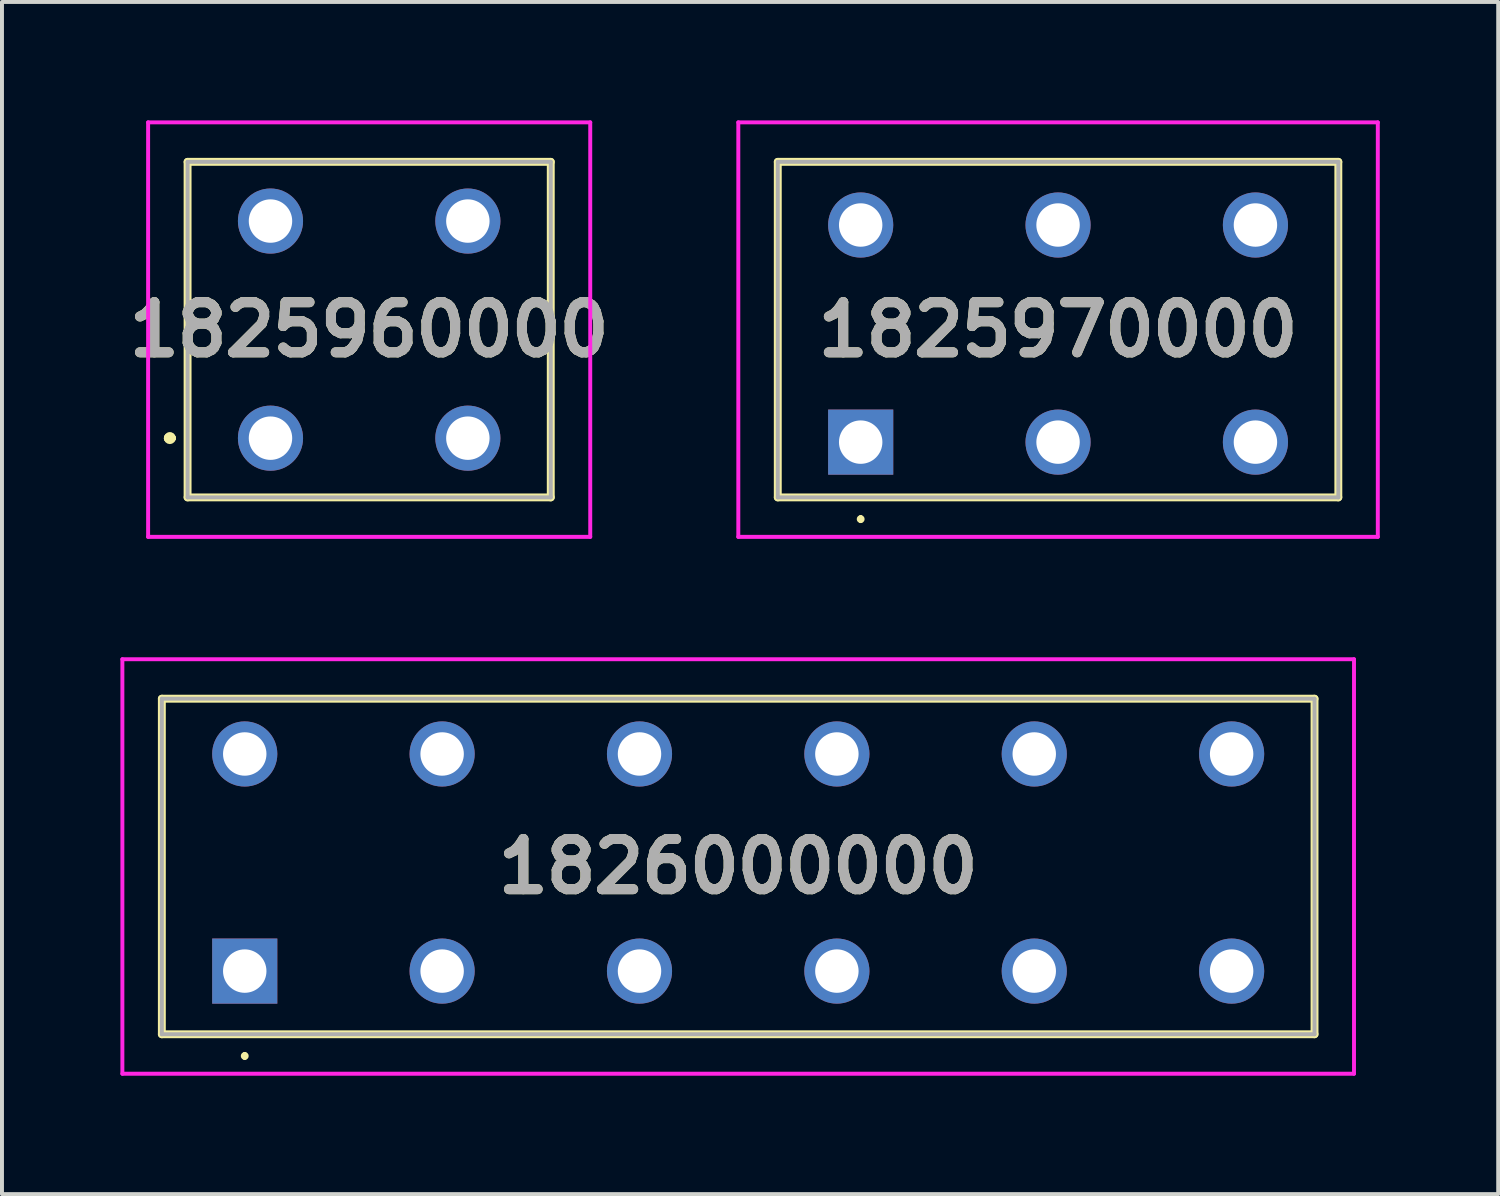
<source format=kicad_pcb>
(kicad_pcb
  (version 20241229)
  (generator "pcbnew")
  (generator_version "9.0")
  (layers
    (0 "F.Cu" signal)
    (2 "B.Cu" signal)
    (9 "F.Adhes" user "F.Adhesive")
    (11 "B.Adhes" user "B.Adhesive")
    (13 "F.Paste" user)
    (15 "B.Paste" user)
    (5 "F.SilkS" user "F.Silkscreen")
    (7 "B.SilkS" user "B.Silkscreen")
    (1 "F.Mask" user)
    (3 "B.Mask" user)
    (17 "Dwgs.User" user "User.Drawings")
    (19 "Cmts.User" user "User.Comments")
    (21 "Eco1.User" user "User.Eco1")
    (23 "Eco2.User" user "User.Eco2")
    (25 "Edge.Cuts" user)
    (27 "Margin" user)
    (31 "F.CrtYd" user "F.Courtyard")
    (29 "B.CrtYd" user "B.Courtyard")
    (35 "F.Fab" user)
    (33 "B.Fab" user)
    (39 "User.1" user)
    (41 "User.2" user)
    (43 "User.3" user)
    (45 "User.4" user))
  (footprint "1825960000"
    (layer "F.Cu")
    (at 3.802 8.05)
    (property "Reference" "1825960000" (at 2.5 -2.75 0) (layer "F.SilkS") (effects (font (size 1.27 1.27) (thickness 0.254))))
    (attr through_hole)
    (fp_line (start -2.6 0) (end -2.6 0) (stroke (width 0.2) (type solid)) (layer "F.SilkS"))
    (fp_line (start -2.5 0) (end -2.5 0) (stroke (width 0.2) (type solid)) (layer "F.SilkS"))
    (fp_line (start -2.5 0) (end -2.5 0) (stroke (width 0.2) (type solid)) (layer "F.SilkS"))
    (fp_line (start -2.1 -7) (end 7.1 -7) (stroke (width 0.2) (type solid)) (layer "F.SilkS"))
    (fp_line (start -2.1 1.5) (end -2.1 -7) (stroke (width 0.2) (type solid)) (layer "F.SilkS"))
    (fp_line (start 7.1 -7) (end 7.1 1.5) (stroke (width 0.2) (type solid)) (layer "F.SilkS"))
    (fp_line (start 7.1 1.5) (end -2.1 1.5) (stroke (width 0.2) (type solid)) (layer "F.SilkS"))
    (fp_arc (start -2.6 0) (mid -2.55 -0.05) (end -2.5 0) (stroke (width 0.2) (type solid)) (layer "F.SilkS"))
    (fp_arc (start -2.6 0) (mid -2.55 -0.05) (end -2.5 0) (stroke (width 0.2) (type solid)) (layer "F.SilkS"))
    (fp_arc (start -2.5 0) (mid -2.55 0.05) (end -2.6 0) (stroke (width 0.2) (type solid)) (layer "F.SilkS"))
    (fp_line (start -3.1 -8) (end 8.1 -8) (stroke (width 0.1) (type solid)) (layer "F.CrtYd"))
    (fp_line (start -3.1 2.5) (end -3.1 -8) (stroke (width 0.1) (type solid)) (layer "F.CrtYd"))
    (fp_line (start 8.1 -8) (end 8.1 2.5) (stroke (width 0.1) (type solid)) (layer "F.CrtYd"))
    (fp_line (start 8.1 2.5) (end -3.1 2.5) (stroke (width 0.1) (type solid)) (layer "F.CrtYd"))
    (fp_line (start -2.1 -7) (end 7.1 -7) (stroke (width 0.1) (type solid)) (layer "F.Fab"))
    (fp_line (start -2.1 1.5) (end -2.1 -7) (stroke (width 0.1) (type solid)) (layer "F.Fab"))
    (fp_line (start 7.1 -7) (end 7.1 1.5) (stroke (width 0.1) (type solid)) (layer "F.Fab"))
    (fp_line (start 7.1 1.5) (end -2.1 1.5) (stroke (width 0.1) (type solid)) (layer "F.Fab"))
    (fp_text user "${REFERENCE}" (at 2.5 -2.75 0) (layer "F.Fab") (effects (font (size 1.27 1.27) (thickness 0.254))))
    (pad "1" thru_hole circle (at 0 0) (size 1.65 1.65) (drill 1.1) (layers "*.Cu" "*.Mask"))
    (pad "2" thru_hole circle (at 5 0) (size 1.65 1.65) (drill 1.1) (layers "*.Cu" "*.Mask"))
    (pad "3" thru_hole circle (at 5 -5.5) (size 1.65 1.65) (drill 1.1) (layers "*.Cu" "*.Mask"))
    (pad "4" thru_hole circle (at 0 -5.5) (size 1.65 1.65) (drill 1.1) (layers "*.Cu" "*.Mask")))
  (footprint "1826000000"
    (layer "F.Cu")
    (at 3.15 21.55)
    (property "Reference" "1826000000" (at 12.5 -2.65 0) (layer "F.SilkS") (effects (font (size 1.27 1.27) (thickness 0.254))))
    (attr through_hole)
    (fp_line (start -2.1 -6.9) (end -2.1 1.6) (stroke (width 0.2) (type solid)) (layer "F.SilkS"))
    (fp_line (start -2.1 1.6) (end 27.1 1.6) (stroke (width 0.2) (type solid)) (layer "F.SilkS"))
    (fp_line (start 0 2.1) (end 0 2.1) (stroke (width 0.1) (type solid)) (layer "F.SilkS"))
    (fp_line (start 0 2.2) (end 0 2.2) (stroke (width 0.1) (type solid)) (layer "F.SilkS"))
    (fp_line (start 27.1 -6.9) (end -2.1 -6.9) (stroke (width 0.2) (type solid)) (layer "F.SilkS"))
    (fp_line (start 27.1 1.6) (end 27.1 -6.9) (stroke (width 0.2) (type solid)) (layer "F.SilkS"))
    (fp_arc (start 0 2.1) (mid 0.05 2.15) (end 0 2.2) (stroke (width 0.1) (type solid)) (layer "F.SilkS"))
    (fp_arc (start 0 2.2) (mid -0.05 2.15) (end 0 2.1) (stroke (width 0.1) (type solid)) (layer "F.SilkS"))
    (fp_line (start -3.1 -7.9) (end 28.1 -7.9) (stroke (width 0.1) (type solid)) (layer "F.CrtYd"))
    (fp_line (start -3.1 2.6) (end -3.1 -7.9) (stroke (width 0.1) (type solid)) (layer "F.CrtYd"))
    (fp_line (start 28.1 -7.9) (end 28.1 2.6) (stroke (width 0.1) (type solid)) (layer "F.CrtYd"))
    (fp_line (start 28.1 2.6) (end -3.1 2.6) (stroke (width 0.1) (type solid)) (layer "F.CrtYd"))
    (fp_line (start -2.1 -6.9) (end -2.1 1.6) (stroke (width 0.1) (type solid)) (layer "F.Fab"))
    (fp_line (start -2.1 1.6) (end 27.1 1.6) (stroke (width 0.1) (type solid)) (layer "F.Fab"))
    (fp_line (start 27.1 -6.9) (end -2.1 -6.9) (stroke (width 0.1) (type solid)) (layer "F.Fab"))
    (fp_line (start 27.1 1.6) (end 27.1 -6.9) (stroke (width 0.1) (type solid)) (layer "F.Fab"))
    (fp_text user "${REFERENCE}" (at 12.5 -2.65 0) (layer "F.Fab") (effects (font (size 1.27 1.27) (thickness 0.254))))
    (pad "1" thru_hole rect (at 0 0) (size 1.65 1.65) (drill 1.1) (layers "*.Cu" "*.Mask"))
    (pad "2" thru_hole circle (at 5 0) (size 1.65 1.65) (drill 1.1) (layers "*.Cu" "*.Mask"))
    (pad "3" thru_hole circle (at 10 0) (size 1.65 1.65) (drill 1.1) (layers "*.Cu" "*.Mask"))
    (pad "4" thru_hole circle (at 15 0) (size 1.65 1.65) (drill 1.1) (layers "*.Cu" "*.Mask"))
    (pad "5" thru_hole circle (at 20 0) (size 1.65 1.65) (drill 1.1) (layers "*.Cu" "*.Mask"))
    (pad "6" thru_hole circle (at 25 0) (size 1.65 1.65) (drill 1.1) (layers "*.Cu" "*.Mask"))
    (pad "7" thru_hole circle (at 0 -5.5) (size 1.65 1.65) (drill 1.1) (layers "*.Cu" "*.Mask"))
    (pad "8" thru_hole circle (at 5 -5.5) (size 1.65 1.65) (drill 1.1) (layers "*.Cu" "*.Mask"))
    (pad "9" thru_hole circle (at 10 -5.5) (size 1.65 1.65) (drill 1.1) (layers "*.Cu" "*.Mask"))
    (pad "10" thru_hole circle (at 15 -5.5) (size 1.65 1.65) (drill 1.1) (layers "*.Cu" "*.Mask"))
    (pad "11" thru_hole circle (at 20 -5.5) (size 1.65 1.65) (drill 1.1) (layers "*.Cu" "*.Mask"))
    (pad "12" thru_hole circle (at 25 -5.5) (size 1.65 1.65) (drill 1.1) (layers "*.Cu" "*.Mask")))
  (footprint "1825970000"
    (layer "F.Cu")
    (at 18.753 8.15)
    (property "Reference" "1825970000" (at 5 -2.85 0) (layer "F.SilkS") (effects (font (size 1.27 1.27) (thickness 0.254))))
    (attr through_hole)
    (fp_line (start -2.1 -7.1) (end -2.1 1.4) (stroke (width 0.2) (type solid)) (layer "F.SilkS"))
    (fp_line (start -2.1 1.4) (end 12.1 1.4) (stroke (width 0.2) (type solid)) (layer "F.SilkS"))
    (fp_line (start 0 1.9) (end 0 1.9) (stroke (width 0.1) (type solid)) (layer "F.SilkS"))
    (fp_line (start 0 2) (end 0 2) (stroke (width 0.1) (type solid)) (layer "F.SilkS"))
    (fp_line (start 12.1 -7.1) (end -2.1 -7.1) (stroke (width 0.2) (type solid)) (layer "F.SilkS"))
    (fp_line (start 12.1 1.4) (end 12.1 -7.1) (stroke (width 0.2) (type solid)) (layer "F.SilkS"))
    (fp_arc (start 0 1.9) (mid 0.05 1.95) (end 0 2) (stroke (width 0.1) (type solid)) (layer "F.SilkS"))
    (fp_arc (start 0 2) (mid -0.05 1.95) (end 0 1.9) (stroke (width 0.1) (type solid)) (layer "F.SilkS"))
    (fp_line (start -3.1 -8.1) (end 13.1 -8.1) (stroke (width 0.1) (type solid)) (layer "F.CrtYd"))
    (fp_line (start -3.1 2.4) (end -3.1 -8.1) (stroke (width 0.1) (type solid)) (layer "F.CrtYd"))
    (fp_line (start 13.1 -8.1) (end 13.1 2.4) (stroke (width 0.1) (type solid)) (layer "F.CrtYd"))
    (fp_line (start 13.1 2.4) (end -3.1 2.4) (stroke (width 0.1) (type solid)) (layer "F.CrtYd"))
    (fp_line (start -2.1 -7.1) (end 12.1 -7.1) (stroke (width 0.1) (type solid)) (layer "F.Fab"))
    (fp_line (start -2.1 1.4) (end -2.1 -7.1) (stroke (width 0.1) (type solid)) (layer "F.Fab"))
    (fp_line (start 12.1 -7.1) (end 12.1 1.4) (stroke (width 0.1) (type solid)) (layer "F.Fab"))
    (fp_line (start 12.1 1.4) (end -2.1 1.4) (stroke (width 0.1) (type solid)) (layer "F.Fab"))
    (fp_text user "${REFERENCE}" (at 5 -2.85 0) (layer "F.Fab") (effects (font (size 1.27 1.27) (thickness 0.254))))
    (pad "1" thru_hole rect (at 0 0) (size 1.65 1.65) (drill 1.1) (layers "*.Cu" "*.Mask"))
    (pad "2" thru_hole circle (at 0 -5.5) (size 1.65 1.65) (drill 1.1) (layers "*.Cu" "*.Mask"))
    (pad "3" thru_hole circle (at 5 0) (size 1.65 1.65) (drill 1.1) (layers "*.Cu" "*.Mask"))
    (pad "4" thru_hole circle (at 5 -5.5) (size 1.65 1.65) (drill 1.1) (layers "*.Cu" "*.Mask"))
    (pad "5" thru_hole circle (at 10 0) (size 1.65 1.65) (drill 1.1) (layers "*.Cu" "*.Mask"))
    (pad "6" thru_hole circle (at 10 -5.5) (size 1.65 1.65) (drill 1.1) (layers "*.Cu" "*.Mask")))
  (gr_rect
    (start -3 -3)
    (end 34.903 27.2)
    (stroke (width 0.1) (type default))
    (fill no)
    (layer "Edge.Cuts")))
</source>
